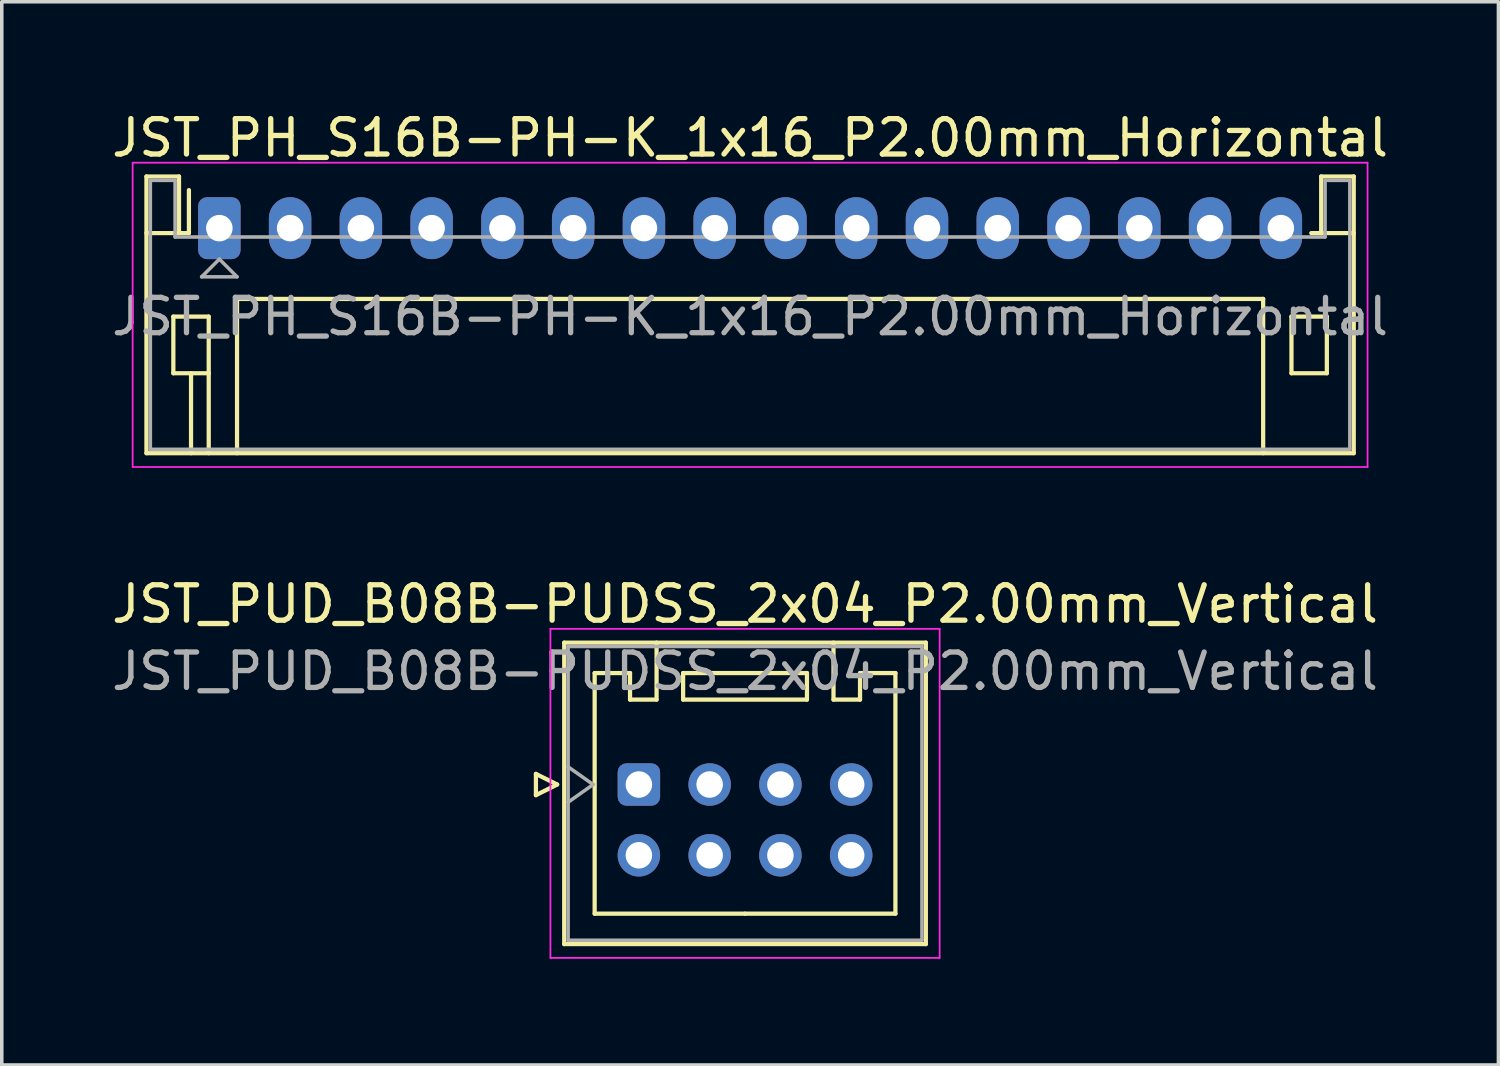
<source format=kicad_pcb>
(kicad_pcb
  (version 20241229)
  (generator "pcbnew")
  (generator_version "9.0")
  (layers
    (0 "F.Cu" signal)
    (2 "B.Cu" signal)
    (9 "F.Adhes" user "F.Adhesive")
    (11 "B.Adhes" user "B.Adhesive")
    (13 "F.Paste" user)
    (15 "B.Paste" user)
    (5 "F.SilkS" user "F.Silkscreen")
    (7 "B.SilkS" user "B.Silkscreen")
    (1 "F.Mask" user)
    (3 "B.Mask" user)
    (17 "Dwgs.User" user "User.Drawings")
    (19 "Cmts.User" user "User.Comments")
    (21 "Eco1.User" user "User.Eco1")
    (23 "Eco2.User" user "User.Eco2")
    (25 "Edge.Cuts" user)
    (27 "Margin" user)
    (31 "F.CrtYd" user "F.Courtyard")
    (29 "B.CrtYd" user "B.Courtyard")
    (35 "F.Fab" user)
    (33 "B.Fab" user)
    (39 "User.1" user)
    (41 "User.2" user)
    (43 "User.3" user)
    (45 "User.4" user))
  (footprint "JST_PUD_B08B-PUDSS_2x04_P2.00mm_Vertical"
    (layer "F.Cu")
    (at 15.006 19.122)
    (property "Reference" "JST_PUD_B08B-PUDSS_2x04_P2.00mm_Vertical" (at 3 -5.1 0) (layer "F.SilkS") (effects (font (size 1 1) (thickness 0.15))))
    (attr through_hole)
    (fp_line (start -2.91 -0.3) (end -2.31 0) (stroke (width 0.12) (type solid)) (layer "F.SilkS"))
    (fp_line (start -2.91 0.3) (end -2.91 -0.3) (stroke (width 0.12) (type solid)) (layer "F.SilkS"))
    (fp_line (start -2.31 0) (end -2.91 0.3) (stroke (width 0.12) (type solid)) (layer "F.SilkS"))
    (fp_line (start -2.11 -4.01) (end -2.11 4.51) (stroke (width 0.12) (type solid)) (layer "F.SilkS"))
    (fp_line (start -2.11 4.51) (end 8.11 4.51) (stroke (width 0.12) (type solid)) (layer "F.SilkS"))
    (fp_line (start -1.25 -3.15) (end -1.25 3.65) (stroke (width 0.12) (type solid)) (layer "F.SilkS"))
    (fp_line (start -1.25 3.65) (end 3 3.65) (stroke (width 0.12) (type solid)) (layer "F.SilkS"))
    (fp_line (start -0.25 -3.15) (end -1.25 -3.15) (stroke (width 0.12) (type solid)) (layer "F.SilkS"))
    (fp_line (start -0.25 -2.4) (end -0.25 -3.15) (stroke (width 0.12) (type solid)) (layer "F.SilkS"))
    (fp_line (start 0.5 -4.01) (end 0.5 -2.4) (stroke (width 0.12) (type solid)) (layer "F.SilkS"))
    (fp_line (start 0.5 -2.4) (end -0.25 -2.4) (stroke (width 0.12) (type solid)) (layer "F.SilkS"))
    (fp_line (start 1.25 -3.15) (end 1.25 -2.4) (stroke (width 0.12) (type solid)) (layer "F.SilkS"))
    (fp_line (start 1.25 -2.4) (end 4.75 -2.4) (stroke (width 0.12) (type solid)) (layer "F.SilkS"))
    (fp_line (start 4.75 -3.15) (end 1.25 -3.15) (stroke (width 0.12) (type solid)) (layer "F.SilkS"))
    (fp_line (start 4.75 -2.4) (end 4.75 -3.15) (stroke (width 0.12) (type solid)) (layer "F.SilkS"))
    (fp_line (start 5.5 -4.01) (end 5.5 -2.4) (stroke (width 0.12) (type solid)) (layer "F.SilkS"))
    (fp_line (start 5.5 -2.4) (end 6.25 -2.4) (stroke (width 0.12) (type solid)) (layer "F.SilkS"))
    (fp_line (start 6.25 -3.15) (end 7.25 -3.15) (stroke (width 0.12) (type solid)) (layer "F.SilkS"))
    (fp_line (start 6.25 -2.4) (end 6.25 -3.15) (stroke (width 0.12) (type solid)) (layer "F.SilkS"))
    (fp_line (start 7.25 -3.15) (end 7.25 3.65) (stroke (width 0.12) (type solid)) (layer "F.SilkS"))
    (fp_line (start 7.25 3.65) (end 3 3.65) (stroke (width 0.12) (type solid)) (layer "F.SilkS"))
    (fp_line (start 8.11 -4.01) (end -2.11 -4.01) (stroke (width 0.12) (type solid)) (layer "F.SilkS"))
    (fp_line (start 8.11 4.51) (end 8.11 -4.01) (stroke (width 0.12) (type solid)) (layer "F.SilkS"))
    (fp_line (start -2.5 -4.4) (end -2.5 4.9) (stroke (width 0.05) (type solid)) (layer "F.CrtYd"))
    (fp_line (start -2.5 4.9) (end 8.5 4.9) (stroke (width 0.05) (type solid)) (layer "F.CrtYd"))
    (fp_line (start 8.5 -4.4) (end -2.5 -4.4) (stroke (width 0.05) (type solid)) (layer "F.CrtYd"))
    (fp_line (start 8.5 4.9) (end 8.5 -4.4) (stroke (width 0.05) (type solid)) (layer "F.CrtYd"))
    (fp_line (start -2 -3.9) (end -2 4.4) (stroke (width 0.1) (type solid)) (layer "F.Fab"))
    (fp_line (start -2 0.5) (end -1.293 0) (stroke (width 0.1) (type solid)) (layer "F.Fab"))
    (fp_line (start -2 4.4) (end 8 4.4) (stroke (width 0.1) (type solid)) (layer "F.Fab"))
    (fp_line (start -1.293 0) (end -2 -0.5) (stroke (width 0.1) (type solid)) (layer "F.Fab"))
    (fp_line (start 8 -3.9) (end -2 -3.9) (stroke (width 0.1) (type solid)) (layer "F.Fab"))
    (fp_line (start 8 4.4) (end 8 -3.9) (stroke (width 0.1) (type solid)) (layer "F.Fab"))
    (fp_text user "${REFERENCE}" (at 3 -3.2 0) (layer "F.Fab") (effects (font (size 1 1) (thickness 0.15))))
    (pad "1" thru_hole roundrect (at 0 0) (size 1.2 1.2) (drill 0.75) (layers "*.Cu" "*.Mask") (roundrect_rratio 0.208))
    (pad "2" thru_hole circle (at 0 2) (size 1.2 1.2) (drill 0.75) (layers "*.Cu" "*.Mask"))
    (pad "3" thru_hole circle (at 2 0) (size 1.2 1.2) (drill 0.75) (layers "*.Cu" "*.Mask"))
    (pad "4" thru_hole circle (at 2 2) (size 1.2 1.2) (drill 0.75) (layers "*.Cu" "*.Mask"))
    (pad "5" thru_hole circle (at 4 0) (size 1.2 1.2) (drill 0.75) (layers "*.Cu" "*.Mask"))
    (pad "6" thru_hole circle (at 4 2) (size 1.2 1.2) (drill 0.75) (layers "*.Cu" "*.Mask"))
    (pad "7" thru_hole circle (at 6 0) (size 1.2 1.2) (drill 0.75) (layers "*.Cu" "*.Mask"))
    (pad "8" thru_hole circle (at 6 2) (size 1.2 1.2) (drill 0.75) (layers "*.Cu" "*.Mask")))
  (footprint "JST_PH_S16B-PH-K_1x16_P2.00mm_Horizontal"
    (layer "F.Cu")
    (at 3.149 3.398)
    (property "Reference" "JST_PH_S16B-PH-K_1x16_P2.00mm_Horizontal" (at 15 -2.55 0) (layer "F.SilkS") (effects (font (size 1 1) (thickness 0.15))))
    (attr through_hole)
    (fp_line (start -2.06 -1.46) (end -2.06 6.36) (stroke (width 0.12) (type solid)) (layer "F.SilkS"))
    (fp_line (start -2.06 0.14) (end -1.14 0.14) (stroke (width 0.12) (type solid)) (layer "F.SilkS"))
    (fp_line (start -2.06 6.36) (end 32.06 6.36) (stroke (width 0.12) (type solid)) (layer "F.SilkS"))
    (fp_line (start -1.3 2.5) (end -1.3 4.1) (stroke (width 0.12) (type solid)) (layer "F.SilkS"))
    (fp_line (start -1.3 4.1) (end -0.3 4.1) (stroke (width 0.12) (type solid)) (layer "F.SilkS"))
    (fp_line (start -1.14 -1.46) (end -2.06 -1.46) (stroke (width 0.12) (type solid)) (layer "F.SilkS"))
    (fp_line (start -1.14 0.14) (end -1.14 -1.46) (stroke (width 0.12) (type solid)) (layer "F.SilkS"))
    (fp_line (start -0.86 0.14) (end -1.14 0.14) (stroke (width 0.12) (type solid)) (layer "F.SilkS"))
    (fp_line (start -0.86 0.14) (end -0.86 -1.075) (stroke (width 0.12) (type solid)) (layer "F.SilkS"))
    (fp_line (start -0.8 4.1) (end -0.8 6.36) (stroke (width 0.12) (type solid)) (layer "F.SilkS"))
    (fp_line (start -0.3 2.5) (end -1.3 2.5) (stroke (width 0.12) (type solid)) (layer "F.SilkS"))
    (fp_line (start -0.3 4.1) (end -0.3 2.5) (stroke (width 0.12) (type solid)) (layer "F.SilkS"))
    (fp_line (start -0.3 4.1) (end -0.3 6.36) (stroke (width 0.12) (type solid)) (layer "F.SilkS"))
    (fp_line (start 0.5 2) (end 29.5 2) (stroke (width 0.12) (type solid)) (layer "F.SilkS"))
    (fp_line (start 0.5 6.36) (end 0.5 2) (stroke (width 0.12) (type solid)) (layer "F.SilkS"))
    (fp_line (start 29.5 2) (end 29.5 6.36) (stroke (width 0.12) (type solid)) (layer "F.SilkS"))
    (fp_line (start 30.3 2.5) (end 31.3 2.5) (stroke (width 0.12) (type solid)) (layer "F.SilkS"))
    (fp_line (start 30.3 4.1) (end 30.3 2.5) (stroke (width 0.12) (type solid)) (layer "F.SilkS"))
    (fp_line (start 31.14 -1.46) (end 31.14 0.14) (stroke (width 0.12) (type solid)) (layer "F.SilkS"))
    (fp_line (start 31.14 0.14) (end 30.86 0.14) (stroke (width 0.12) (type solid)) (layer "F.SilkS"))
    (fp_line (start 31.3 2.5) (end 31.3 4.1) (stroke (width 0.12) (type solid)) (layer "F.SilkS"))
    (fp_line (start 31.3 4.1) (end 30.3 4.1) (stroke (width 0.12) (type solid)) (layer "F.SilkS"))
    (fp_line (start 32.06 -1.46) (end 31.14 -1.46) (stroke (width 0.12) (type solid)) (layer "F.SilkS"))
    (fp_line (start 32.06 0.14) (end 31.14 0.14) (stroke (width 0.12) (type solid)) (layer "F.SilkS"))
    (fp_line (start 32.06 6.36) (end 32.06 -1.46) (stroke (width 0.12) (type solid)) (layer "F.SilkS"))
    (fp_line (start -2.45 -1.85) (end -2.45 6.75) (stroke (width 0.05) (type solid)) (layer "F.CrtYd"))
    (fp_line (start -2.45 6.75) (end 32.45 6.75) (stroke (width 0.05) (type solid)) (layer "F.CrtYd"))
    (fp_line (start 32.45 -1.85) (end -2.45 -1.85) (stroke (width 0.05) (type solid)) (layer "F.CrtYd"))
    (fp_line (start 32.45 6.75) (end 32.45 -1.85) (stroke (width 0.05) (type solid)) (layer "F.CrtYd"))
    (fp_line (start -1.95 -1.35) (end -1.95 6.25) (stroke (width 0.1) (type solid)) (layer "F.Fab"))
    (fp_line (start -1.95 6.25) (end 31.95 6.25) (stroke (width 0.1) (type solid)) (layer "F.Fab"))
    (fp_line (start -1.25 -1.35) (end -1.95 -1.35) (stroke (width 0.1) (type solid)) (layer "F.Fab"))
    (fp_line (start -1.25 0.25) (end -1.25 -1.35) (stroke (width 0.1) (type solid)) (layer "F.Fab"))
    (fp_line (start -0.5 1.375) (end 0.5 1.375) (stroke (width 0.1) (type solid)) (layer "F.Fab"))
    (fp_line (start 0 0.875) (end -0.5 1.375) (stroke (width 0.1) (type solid)) (layer "F.Fab"))
    (fp_line (start 0.5 1.375) (end 0 0.875) (stroke (width 0.1) (type solid)) (layer "F.Fab"))
    (fp_line (start 31.25 -1.35) (end 31.25 0.25) (stroke (width 0.1) (type solid)) (layer "F.Fab"))
    (fp_line (start 31.25 0.25) (end -1.25 0.25) (stroke (width 0.1) (type solid)) (layer "F.Fab"))
    (fp_line (start 31.95 -1.35) (end 31.25 -1.35) (stroke (width 0.1) (type solid)) (layer "F.Fab"))
    (fp_line (start 31.95 6.25) (end 31.95 -1.35) (stroke (width 0.1) (type solid)) (layer "F.Fab"))
    (fp_text user "${REFERENCE}" (at 15 2.5 0) (layer "F.Fab") (effects (font (size 1 1) (thickness 0.15))))
    (pad "1" thru_hole roundrect (at 0 0) (size 1.2 1.75) (drill 0.75) (layers "*.Cu" "*.Mask") (roundrect_rratio 0.208))
    (pad "2" thru_hole oval (at 2 0) (size 1.2 1.75) (drill 0.75) (layers "*.Cu" "*.Mask"))
    (pad "3" thru_hole oval (at 4 0) (size 1.2 1.75) (drill 0.75) (layers "*.Cu" "*.Mask"))
    (pad "4" thru_hole oval (at 6 0) (size 1.2 1.75) (drill 0.75) (layers "*.Cu" "*.Mask"))
    (pad "5" thru_hole oval (at 8 0) (size 1.2 1.75) (drill 0.75) (layers "*.Cu" "*.Mask"))
    (pad "6" thru_hole oval (at 10 0) (size 1.2 1.75) (drill 0.75) (layers "*.Cu" "*.Mask"))
    (pad "7" thru_hole oval (at 12 0) (size 1.2 1.75) (drill 0.75) (layers "*.Cu" "*.Mask"))
    (pad "8" thru_hole oval (at 14 0) (size 1.2 1.75) (drill 0.75) (layers "*.Cu" "*.Mask"))
    (pad "9" thru_hole oval (at 16 0) (size 1.2 1.75) (drill 0.75) (layers "*.Cu" "*.Mask"))
    (pad "10" thru_hole oval (at 18 0) (size 1.2 1.75) (drill 0.75) (layers "*.Cu" "*.Mask"))
    (pad "11" thru_hole oval (at 20 0) (size 1.2 1.75) (drill 0.75) (layers "*.Cu" "*.Mask"))
    (pad "12" thru_hole oval (at 22 0) (size 1.2 1.75) (drill 0.75) (layers "*.Cu" "*.Mask"))
    (pad "13" thru_hole oval (at 24 0) (size 1.2 1.75) (drill 0.75) (layers "*.Cu" "*.Mask"))
    (pad "14" thru_hole oval (at 26 0) (size 1.2 1.75) (drill 0.75) (layers "*.Cu" "*.Mask"))
    (pad "15" thru_hole oval (at 28 0) (size 1.2 1.75) (drill 0.75) (layers "*.Cu" "*.Mask"))
    (pad "16" thru_hole oval (at 30 0) (size 1.2 1.75) (drill 0.75) (layers "*.Cu" "*.Mask")))
  (gr_rect
    (start -3 -3)
    (end 39.298 27.047)
    (stroke (width 0.1) (type default))
    (fill no)
    (layer "Edge.Cuts")))
</source>
